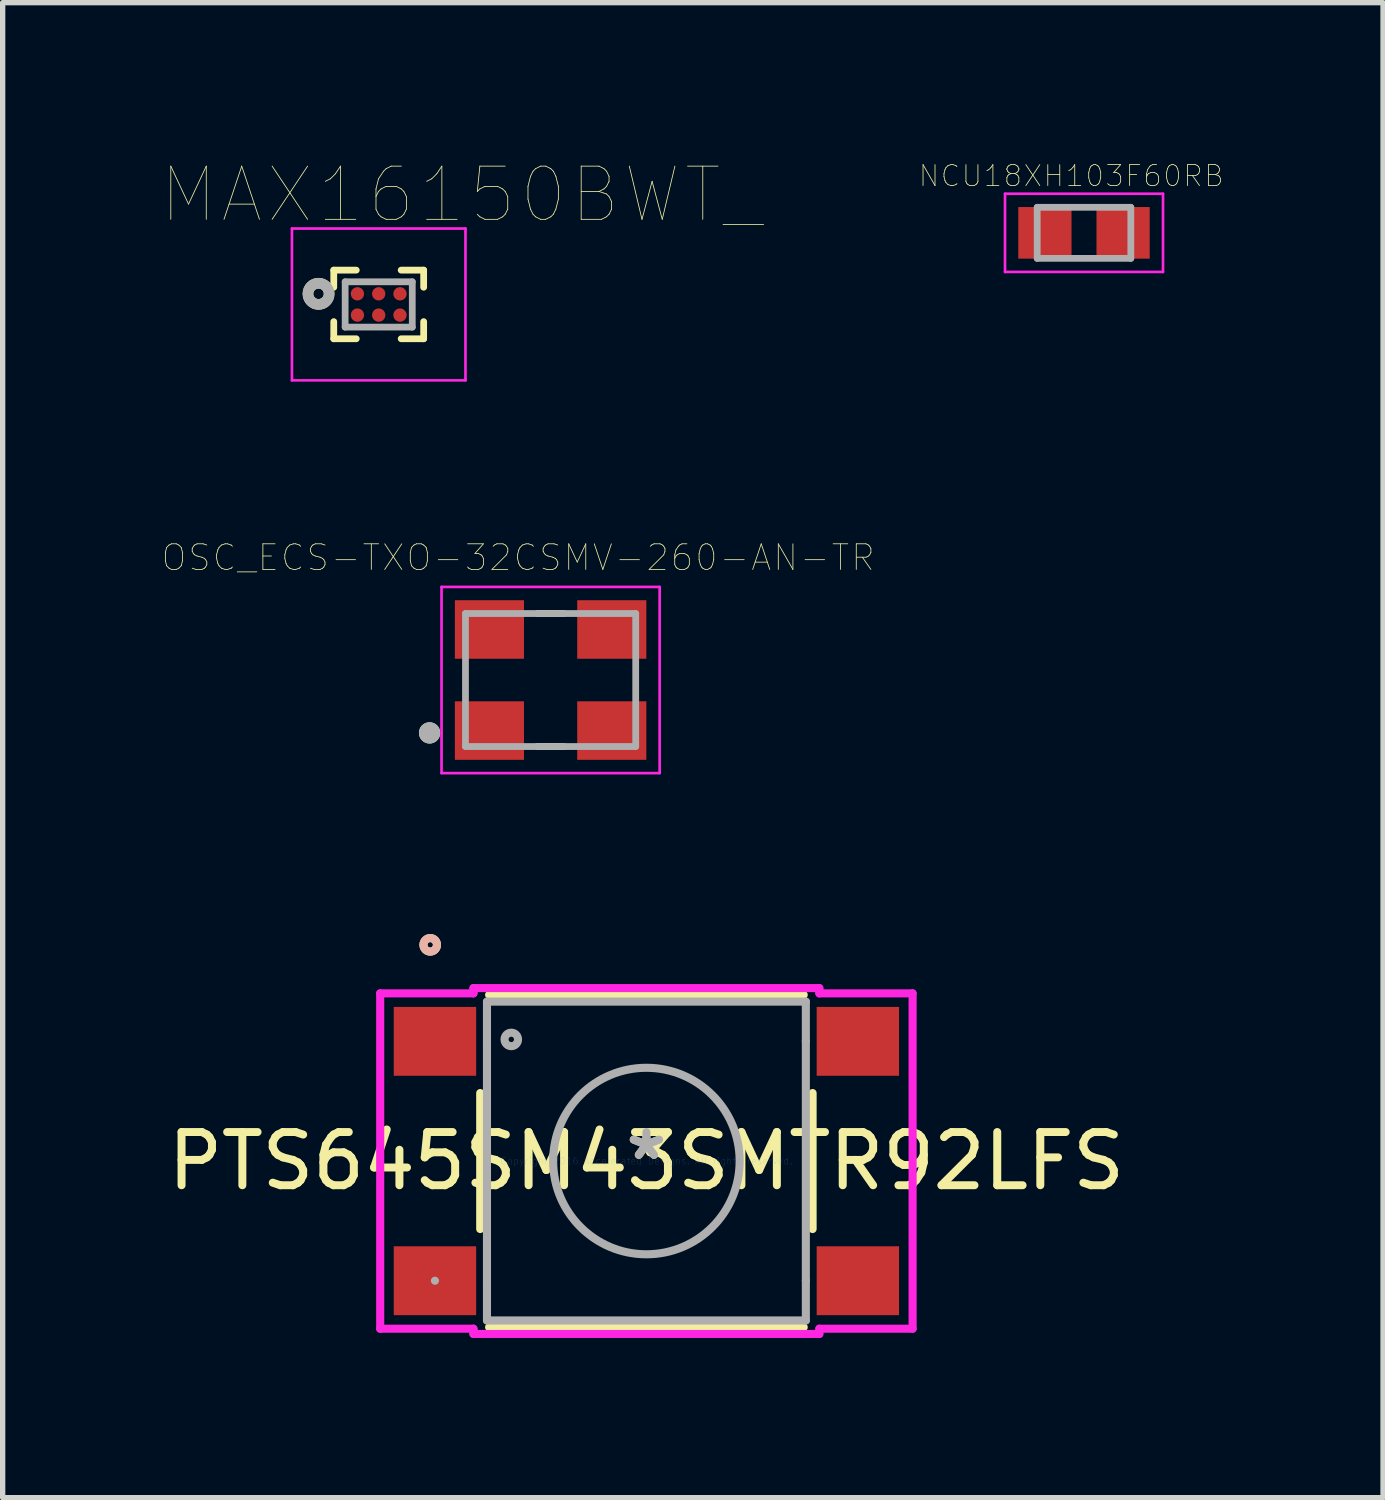
<source format=kicad_pcb>
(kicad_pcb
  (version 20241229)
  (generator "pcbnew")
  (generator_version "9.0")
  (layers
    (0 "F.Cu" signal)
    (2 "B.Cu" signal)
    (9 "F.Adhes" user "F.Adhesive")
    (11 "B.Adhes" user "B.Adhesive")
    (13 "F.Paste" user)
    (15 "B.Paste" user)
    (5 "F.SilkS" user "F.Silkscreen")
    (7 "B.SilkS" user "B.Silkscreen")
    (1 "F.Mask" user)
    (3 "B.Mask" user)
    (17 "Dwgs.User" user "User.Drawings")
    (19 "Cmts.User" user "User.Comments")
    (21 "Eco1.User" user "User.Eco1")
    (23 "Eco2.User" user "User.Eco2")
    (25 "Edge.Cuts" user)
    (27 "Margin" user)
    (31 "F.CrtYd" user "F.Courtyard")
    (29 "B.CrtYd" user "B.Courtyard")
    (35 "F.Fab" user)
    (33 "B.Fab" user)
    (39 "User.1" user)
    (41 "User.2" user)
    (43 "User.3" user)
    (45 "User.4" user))
  (footprint "OSC_ECS-TXO-32CSMV-260-AN-TR"
    (layer "F.Cu")
    (at 7.3 9.733)
    (property "Reference" "OSC_ECS-TXO-32CSMV-260-AN-TR" (at -0.61 -2.301 0) (layer "F.SilkS") (effects (font (size 0.481 0.481) (thickness 0.015))))
    (attr through_hole)
    (fp_line (start -0.25 -1.25) (end 0.25 -1.25) (stroke (width 0.127) (type solid)) (layer "F.SilkS"))
    (fp_line (start -0.25 1.25) (end 0.25 1.25) (stroke (width 0.127) (type solid)) (layer "F.SilkS"))
    (fp_circle (center -2.275 0.994) (end -2.175 0.994) (stroke (width 0.2) (type solid)) (fill no) (layer "F.SilkS"))
    (fp_line (start -2.05 -1.75) (end 2.05 -1.75) (stroke (width 0.05) (type solid)) (layer "F.CrtYd"))
    (fp_line (start -2.05 1.75) (end -2.05 -1.75) (stroke (width 0.05) (type solid)) (layer "F.CrtYd"))
    (fp_line (start 2.05 -1.75) (end 2.05 1.75) (stroke (width 0.05) (type solid)) (layer "F.CrtYd"))
    (fp_line (start 2.05 1.75) (end -2.05 1.75) (stroke (width 0.05) (type solid)) (layer "F.CrtYd"))
    (fp_line (start -1.6 -1.25) (end 1.6 -1.25) (stroke (width 0.127) (type solid)) (layer "F.Fab"))
    (fp_line (start -1.6 1.25) (end -1.6 -1.25) (stroke (width 0.127) (type solid)) (layer "F.Fab"))
    (fp_line (start 1.6 -1.25) (end 1.6 1.25) (stroke (width 0.127) (type solid)) (layer "F.Fab"))
    (fp_line (start 1.6 1.25) (end -1.6 1.25) (stroke (width 0.127) (type solid)) (layer "F.Fab"))
    (fp_circle (center -2.275 0.994) (end -2.175 0.994) (stroke (width 0.2) (type solid)) (fill no) (layer "F.Fab"))
    (pad "1" smd rect (at -1.15 0.95) (size 1.3 1.1) (layers "F.Cu" "F.Mask" "F.Paste"))
    (pad "2" smd rect (at 1.15 0.95) (size 1.3 1.1) (layers "F.Cu" "F.Mask" "F.Paste"))
    (pad "3" smd rect (at 1.15 -0.95) (size 1.3 1.1) (layers "F.Cu" "F.Mask" "F.Paste"))
    (pad "4" smd rect (at -1.15 -0.95) (size 1.3 1.1) (layers "F.Cu" "F.Mask" "F.Paste")))
  (footprint "NCU18XH103F60RB"
    (layer "F.Cu")
    (at 17.327 1.327)
    (property "Reference" "NCU18XH103F60RB" (at -0.24 -1.07 0) (layer "F.SilkS") (effects (font (size 0.394 0.394) (thickness 0.015))))
    (attr through_hole)
    (fp_line (start -1.485 -0.735) (end 1.485 -0.735) (stroke (width 0.05) (type solid)) (layer "F.CrtYd"))
    (fp_line (start -1.485 0.735) (end -1.485 -0.735) (stroke (width 0.05) (type solid)) (layer "F.CrtYd"))
    (fp_line (start -1.485 0.735) (end 1.485 0.735) (stroke (width 0.05) (type solid)) (layer "F.CrtYd"))
    (fp_line (start 1.485 0.735) (end 1.485 -0.735) (stroke (width 0.05) (type solid)) (layer "F.CrtYd"))
    (fp_line (start -0.88 0.48) (end -0.88 -0.48) (stroke (width 0.127) (type solid)) (layer "F.Fab"))
    (fp_line (start 0.88 -0.48) (end -0.88 -0.48) (stroke (width 0.127) (type solid)) (layer "F.Fab"))
    (fp_line (start 0.88 0.48) (end -0.88 0.48) (stroke (width 0.127) (type solid)) (layer "F.Fab"))
    (fp_line (start 0.88 0.48) (end 0.88 -0.48) (stroke (width 0.127) (type solid)) (layer "F.Fab"))
    (pad "1" smd rect (at -0.735 0) (size 1 0.97) (layers "F.Cu" "F.Mask" "F.Paste"))
    (pad "2" smd rect (at 0.735 0) (size 1 0.97) (layers "F.Cu" "F.Mask" "F.Paste")))
  (footprint "PTS645SM43SMTR92LFS"
    (layer "F.Cu")
    (at 9.101 18.775)
    (property "Reference" "PTS645SM43SMTR92LFS" (at 0 0 0) (layer "F.SilkS") (effects (font (size 1 1) (thickness 0.15))))
    (attr through_hole)
    (fp_line (start -3.124 -1.278) (end -3.124 1.278) (stroke (width 0.152) (type solid)) (layer "F.SilkS"))
    (fp_line (start -2.957 3.124) (end 2.957 3.124) (stroke (width 0.152) (type solid)) (layer "F.SilkS"))
    (fp_line (start 2.957 -3.124) (end -2.957 -3.124) (stroke (width 0.152) (type solid)) (layer "F.SilkS"))
    (fp_line (start 3.124 1.278) (end 3.124 -1.278) (stroke (width 0.152) (type solid)) (layer "F.SilkS"))
    (fp_circle (center -4.064 -4.064) (end -3.937 -4.064) (stroke (width 0.152) (type solid)) (fill no) (layer "F.SilkS"))
    (fp_circle (center -4.064 -4.064) (end -3.937 -4.064) (stroke (width 0.152) (type solid)) (fill no) (layer "B.SilkS"))
    (fp_line (start -5.004 -3.152) (end -3.251 -3.152) (stroke (width 0.152) (type solid)) (layer "F.CrtYd"))
    (fp_line (start -5.004 3.152) (end -5.004 -3.152) (stroke (width 0.152) (type solid)) (layer "F.CrtYd"))
    (fp_line (start -3.251 -3.251) (end 3.251 -3.251) (stroke (width 0.152) (type solid)) (layer "F.CrtYd"))
    (fp_line (start -3.251 -3.152) (end -3.251 -3.251) (stroke (width 0.152) (type solid)) (layer "F.CrtYd"))
    (fp_line (start -3.251 3.152) (end -5.004 3.152) (stroke (width 0.152) (type solid)) (layer "F.CrtYd"))
    (fp_line (start -3.251 3.251) (end -3.251 3.152) (stroke (width 0.152) (type solid)) (layer "F.CrtYd"))
    (fp_line (start 3.251 -3.251) (end 3.251 -3.152) (stroke (width 0.152) (type solid)) (layer "F.CrtYd"))
    (fp_line (start 3.251 -3.152) (end 5.004 -3.152) (stroke (width 0.152) (type solid)) (layer "F.CrtYd"))
    (fp_line (start 3.251 3.152) (end 3.251 3.251) (stroke (width 0.152) (type solid)) (layer "F.CrtYd"))
    (fp_line (start 3.251 3.251) (end -3.251 3.251) (stroke (width 0.152) (type solid)) (layer "F.CrtYd"))
    (fp_line (start 5.004 -3.152) (end 5.004 3.152) (stroke (width 0.152) (type solid)) (layer "F.CrtYd"))
    (fp_line (start 5.004 3.152) (end 3.251 3.152) (stroke (width 0.152) (type solid)) (layer "F.CrtYd"))
    (fp_line (start -3.975 2.25) (end -3.975 2.25) (stroke (width 0.152) (type solid)) (layer "F.Fab"))
    (fp_line (start -2.997 -2.997) (end -2.997 2.997) (stroke (width 0.152) (type solid)) (layer "F.Fab"))
    (fp_line (start -2.997 -2.25) (end -2.997 -2.25) (stroke (width 0.152) (type solid)) (layer "F.Fab"))
    (fp_line (start -2.997 2.25) (end -2.997 2.25) (stroke (width 0.152) (type solid)) (layer "F.Fab"))
    (fp_line (start -2.997 2.997) (end 2.997 2.997) (stroke (width 0.152) (type solid)) (layer "F.Fab"))
    (fp_line (start 2.997 -2.997) (end -2.997 -2.997) (stroke (width 0.152) (type solid)) (layer "F.Fab"))
    (fp_line (start 2.997 -2.25) (end 2.997 -2.25) (stroke (width 0.152) (type solid)) (layer "F.Fab"))
    (fp_line (start 2.997 2.25) (end 2.997 2.25) (stroke (width 0.152) (type solid)) (layer "F.Fab"))
    (fp_line (start 2.997 2.997) (end 2.997 -2.997) (stroke (width 0.152) (type solid)) (layer "F.Fab"))
    (fp_circle (center -2.54 -2.286) (end -2.413 -2.286) (stroke (width 0.152) (type solid)) (fill no) (layer "F.Fab"))
    (fp_circle (center 0 0) (end 1.753 0) (stroke (width 0.152) (type solid)) (fill no) (layer "F.Fab"))
    (fp_text user "*" (at 0 0 0) (layer "F.SilkS") (effects (font (size 1 1) (thickness 0.15))))
    (fp_text user "Copyright 2016 Accelerated Designs. All rights reserved." (at 0 0 0) (layer "Cmts.User") (effects (font (size 0.127 0.127) (thickness 0.002))))
    (fp_text user "*" (at 0 0 0) (layer "F.Fab") (effects (font (size 1 1) (thickness 0.15))))
    (pad "1" smd rect (at -3.975 -2.25) (size 1.549 1.295) (layers "F.Cu" "F.Mask" "F.Paste"))
    (pad "2" smd rect (at 3.975 -2.25) (size 1.549 1.295) (layers "F.Cu" "F.Mask" "F.Paste"))
    (pad "3" smd rect (at -3.975 2.25) (size 1.549 1.295) (layers "F.Cu" "F.Mask" "F.Paste"))
    (pad "4" smd rect (at 3.975 2.25) (size 1.549 1.295) (layers "F.Cu" "F.Mask" "F.Paste")))
  (footprint "MAX16150BWT_"
    (layer "F.Cu")
    (at 4.069 2.673)
    (property "Reference" "MAX16150BWT_" (at 1.544 -2.062 0) (layer "F.SilkS") (effects (font (size 1 1) (thickness 0.015))))
    (attr through_hole)
    (fp_line (start -0.845 -0.645) (end -0.845 -0.323) (stroke (width 0.127) (type solid)) (layer "F.SilkS"))
    (fp_line (start -0.845 -0.645) (end -0.422 -0.645) (stroke (width 0.127) (type solid)) (layer "F.SilkS"))
    (fp_line (start -0.845 0.645) (end -0.845 0.323) (stroke (width 0.127) (type solid)) (layer "F.SilkS"))
    (fp_line (start -0.845 0.645) (end -0.422 0.645) (stroke (width 0.127) (type solid)) (layer "F.SilkS"))
    (fp_line (start 0.845 -0.645) (end 0.422 -0.645) (stroke (width 0.127) (type solid)) (layer "F.SilkS"))
    (fp_line (start 0.845 -0.645) (end 0.845 -0.323) (stroke (width 0.127) (type solid)) (layer "F.SilkS"))
    (fp_line (start 0.845 0.645) (end 0.422 0.645) (stroke (width 0.127) (type solid)) (layer "F.SilkS"))
    (fp_line (start 0.845 0.645) (end 0.845 0.323) (stroke (width 0.127) (type solid)) (layer "F.SilkS"))
    (fp_circle (center -1.131 -0.2) (end -1.032 -0.2) (stroke (width 0.2) (type solid)) (fill no) (layer "F.SilkS"))
    (fp_line (start -1.631 -1.427) (end 1.631 -1.427) (stroke (width 0.05) (type solid)) (layer "F.CrtYd"))
    (fp_line (start -1.631 1.427) (end -1.631 -1.427) (stroke (width 0.05) (type solid)) (layer "F.CrtYd"))
    (fp_line (start -1.631 1.427) (end 1.631 1.427) (stroke (width 0.05) (type solid)) (layer "F.CrtYd"))
    (fp_line (start 1.631 1.427) (end 1.631 -1.427) (stroke (width 0.05) (type solid)) (layer "F.CrtYd"))
    (fp_line (start -0.631 0.426) (end -0.631 -0.426) (stroke (width 0.127) (type solid)) (layer "F.Fab"))
    (fp_line (start 0.631 -0.426) (end -0.631 -0.426) (stroke (width 0.127) (type solid)) (layer "F.Fab"))
    (fp_line (start 0.631 0.426) (end -0.631 0.426) (stroke (width 0.127) (type solid)) (layer "F.Fab"))
    (fp_line (start 0.631 0.426) (end 0.631 -0.426) (stroke (width 0.127) (type solid)) (layer "F.Fab"))
    (fp_circle (center -1.131 -0.2) (end -1.032 -0.2) (stroke (width 0.2) (type solid)) (fill no) (layer "F.Fab"))
    (pad "A1" smd circle (at -0.4 -0.2) (size 0.25 0.25) (layers "F.Cu" "F.Mask" "F.Paste"))
    (pad "A2" smd circle (at 0 -0.2) (size 0.25 0.25) (layers "F.Cu" "F.Mask" "F.Paste"))
    (pad "A3" smd circle (at 0.4 -0.2) (size 0.25 0.25) (layers "F.Cu" "F.Mask" "F.Paste"))
    (pad "B1" smd circle (at -0.4 0.2) (size 0.25 0.25) (layers "F.Cu" "F.Mask" "F.Paste"))
    (pad "B2" smd circle (at 0 0.2) (size 0.25 0.25) (layers "F.Cu" "F.Mask" "F.Paste"))
    (pad "B3" smd circle (at 0.4 0.2) (size 0.25 0.25) (layers "F.Cu" "F.Mask" "F.Paste")))
  (gr_rect
    (start -3 -3)
    (end 22.948 25.103)
    (stroke (width 0.1) (type default))
    (fill no)
    (layer "Edge.Cuts")))
</source>
